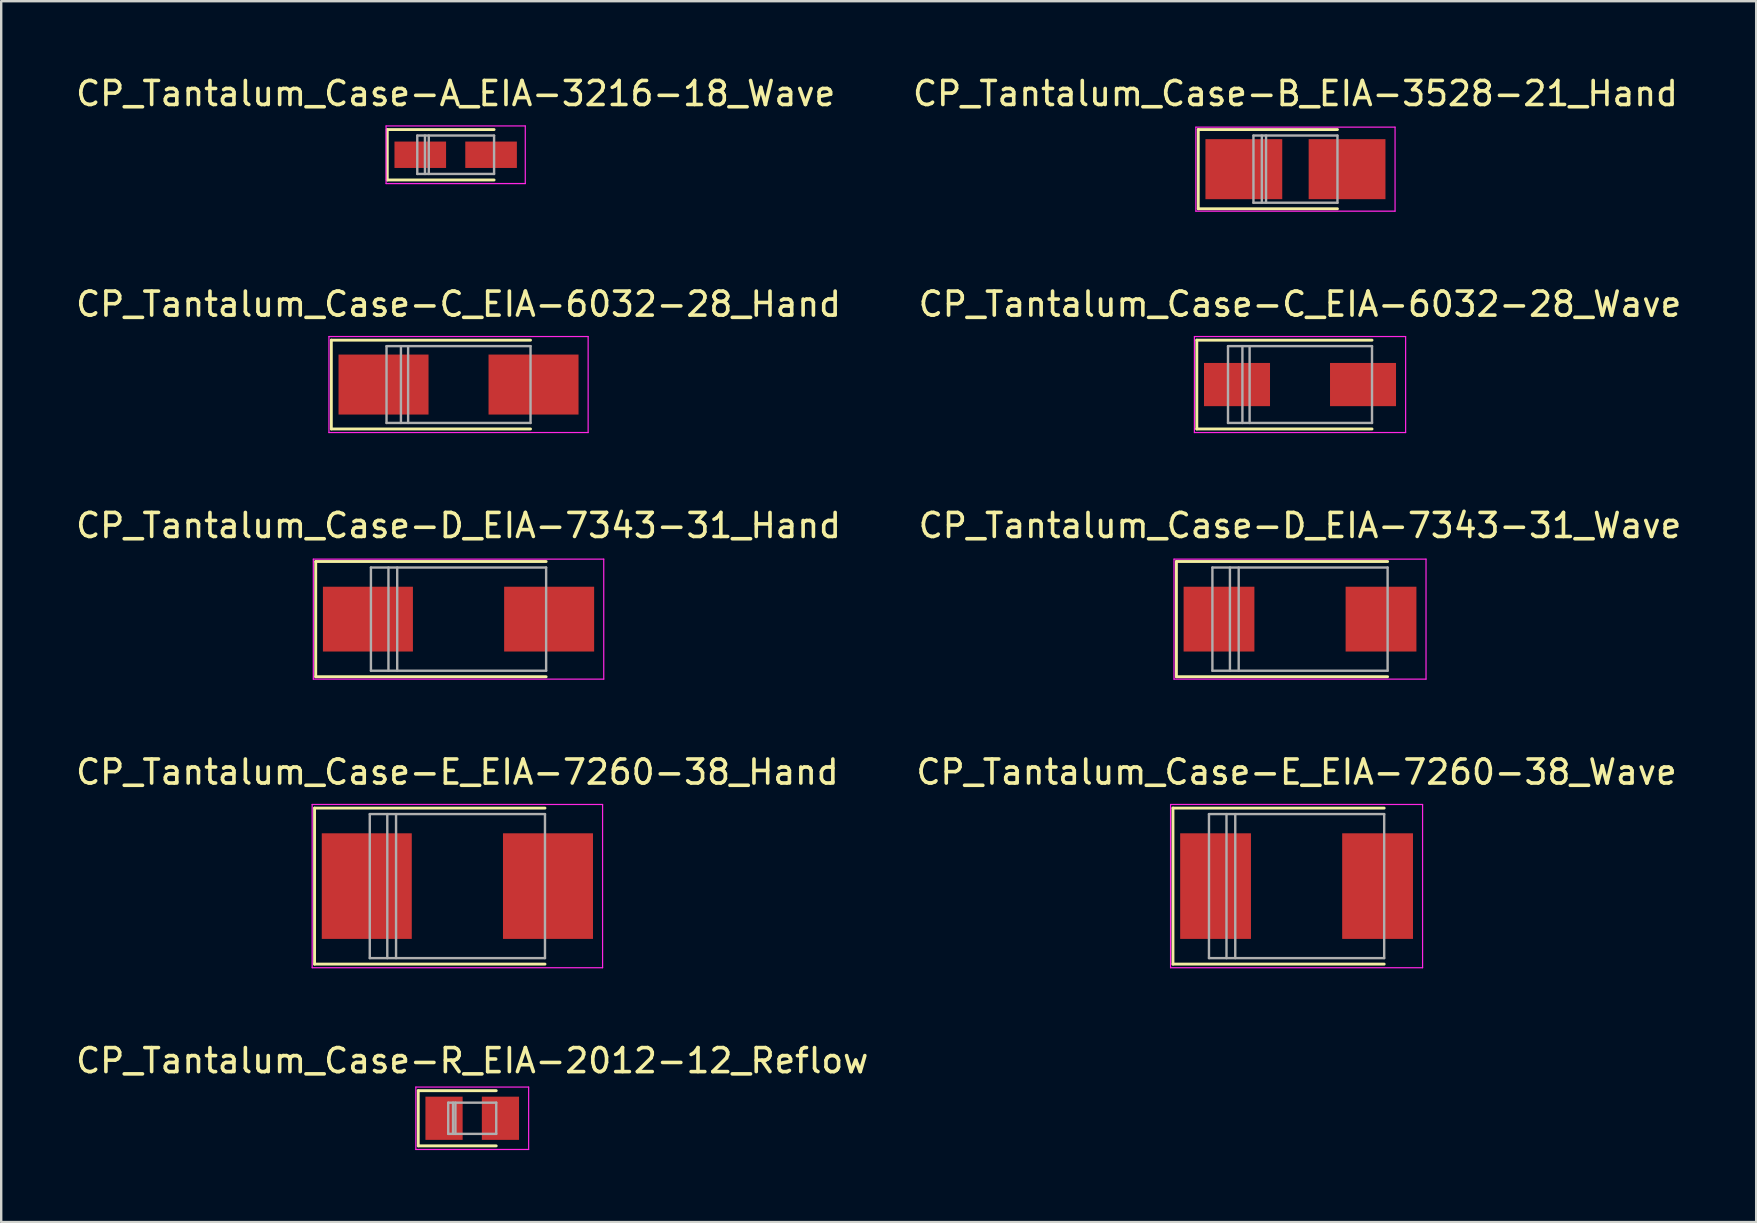
<source format=kicad_pcb>
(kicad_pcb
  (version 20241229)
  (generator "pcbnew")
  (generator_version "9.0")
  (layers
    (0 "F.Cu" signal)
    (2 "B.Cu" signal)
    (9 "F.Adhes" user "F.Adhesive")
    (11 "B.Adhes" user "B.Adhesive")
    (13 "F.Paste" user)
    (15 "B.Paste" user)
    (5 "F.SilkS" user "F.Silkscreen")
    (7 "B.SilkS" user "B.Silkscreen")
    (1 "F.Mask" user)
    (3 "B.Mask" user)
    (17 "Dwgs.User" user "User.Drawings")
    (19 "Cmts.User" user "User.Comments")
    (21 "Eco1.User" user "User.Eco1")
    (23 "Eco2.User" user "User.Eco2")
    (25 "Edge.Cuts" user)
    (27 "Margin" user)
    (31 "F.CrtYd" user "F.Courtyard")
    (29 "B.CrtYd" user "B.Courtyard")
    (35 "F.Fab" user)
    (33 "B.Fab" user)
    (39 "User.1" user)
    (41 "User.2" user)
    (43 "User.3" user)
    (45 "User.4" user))
  (footprint "CP_Tantalum_Case-R_EIA-2012-12_Reflow"
    (layer "F.Cu")
    (at 16.625 43.541)
    (property "Reference" "CP_Tantalum_Case-R_EIA-2012-12_Reflow" (at 0 -2.4 0) (layer "F.SilkS") (effects (font (size 1 1) (thickness 0.15))))
    (attr smd)
    (fp_line (start -2.25 -1.15) (end -2.25 1.15) (stroke (width 0.12) (type solid)) (layer "F.SilkS"))
    (fp_line (start -2.25 -1.15) (end 1 -1.15) (stroke (width 0.12) (type solid)) (layer "F.SilkS"))
    (fp_line (start -2.25 1.15) (end 1 1.15) (stroke (width 0.12) (type solid)) (layer "F.SilkS"))
    (fp_line (start -2.35 -1.3) (end -2.35 1.3) (stroke (width 0.05) (type solid)) (layer "F.CrtYd"))
    (fp_line (start -2.35 1.3) (end 2.35 1.3) (stroke (width 0.05) (type solid)) (layer "F.CrtYd"))
    (fp_line (start 2.35 -1.3) (end -2.35 -1.3) (stroke (width 0.05) (type solid)) (layer "F.CrtYd"))
    (fp_line (start 2.35 1.3) (end 2.35 -1.3) (stroke (width 0.05) (type solid)) (layer "F.CrtYd"))
    (fp_line (start -1 -0.65) (end -1 0.65) (stroke (width 0.1) (type solid)) (layer "F.Fab"))
    (fp_line (start -1 0.65) (end 1 0.65) (stroke (width 0.1) (type solid)) (layer "F.Fab"))
    (fp_line (start -0.8 -0.65) (end -0.8 0.65) (stroke (width 0.1) (type solid)) (layer "F.Fab"))
    (fp_line (start -0.7 -0.65) (end -0.7 0.65) (stroke (width 0.1) (type solid)) (layer "F.Fab"))
    (fp_line (start 1 -0.65) (end -1 -0.65) (stroke (width 0.1) (type solid)) (layer "F.Fab"))
    (fp_line (start 1 0.65) (end 1 -0.65) (stroke (width 0.1) (type solid)) (layer "F.Fab"))
    (pad "1" smd rect (at -1.175 0) (size 1.55 1.8) (layers "F.Cu" "F.Mask" "F.Paste"))
    (pad "2" smd rect (at 1.175 0) (size 1.55 1.8) (layers "F.Cu" "F.Mask" "F.Paste")))
  (footprint "CP_Tantalum_Case-D_EIA-7343-31_Wave"
    (layer "F.Cu")
    (at 51.113 22.745)
    (property "Reference" "CP_Tantalum_Case-D_EIA-7343-31_Wave" (at 0 -3.9 0) (layer "F.SilkS") (effects (font (size 1 1) (thickness 0.15))))
    (attr smd)
    (fp_line (start -5.15 -2.4) (end -5.15 2.4) (stroke (width 0.12) (type solid)) (layer "F.SilkS"))
    (fp_line (start -5.15 -2.4) (end 3.65 -2.4) (stroke (width 0.12) (type solid)) (layer "F.SilkS"))
    (fp_line (start -5.15 2.4) (end 3.65 2.4) (stroke (width 0.12) (type solid)) (layer "F.SilkS"))
    (fp_line (start -5.25 -2.5) (end -5.25 2.5) (stroke (width 0.05) (type solid)) (layer "F.CrtYd"))
    (fp_line (start -5.25 2.5) (end 5.25 2.5) (stroke (width 0.05) (type solid)) (layer "F.CrtYd"))
    (fp_line (start 5.25 -2.5) (end -5.25 -2.5) (stroke (width 0.05) (type solid)) (layer "F.CrtYd"))
    (fp_line (start 5.25 2.5) (end 5.25 -2.5) (stroke (width 0.05) (type solid)) (layer "F.CrtYd"))
    (fp_line (start -3.65 -2.15) (end -3.65 2.15) (stroke (width 0.1) (type solid)) (layer "F.Fab"))
    (fp_line (start -3.65 2.15) (end 3.65 2.15) (stroke (width 0.1) (type solid)) (layer "F.Fab"))
    (fp_line (start -2.92 -2.15) (end -2.92 2.15) (stroke (width 0.1) (type solid)) (layer "F.Fab"))
    (fp_line (start -2.555 -2.15) (end -2.555 2.15) (stroke (width 0.1) (type solid)) (layer "F.Fab"))
    (fp_line (start 3.65 -2.15) (end -3.65 -2.15) (stroke (width 0.1) (type solid)) (layer "F.Fab"))
    (fp_line (start 3.65 2.15) (end 3.65 -2.15) (stroke (width 0.1) (type solid)) (layer "F.Fab"))
    (pad "1" smd rect (at -3.375 0) (size 2.95 2.7) (layers "F.Cu" "F.Mask" "F.Paste"))
    (pad "2" smd rect (at 3.375 0) (size 2.95 2.7) (layers "F.Cu" "F.Mask" "F.Paste")))
  (footprint "CP_Tantalum_Case-E_EIA-7260-38_Hand"
    (layer "F.Cu")
    (at 16.006 33.868)
    (property "Reference" "CP_Tantalum_Case-E_EIA-7260-38_Hand" (at 0 -4.75 0) (layer "F.SilkS") (effects (font (size 1 1) (thickness 0.15))))
    (attr smd)
    (fp_line (start -5.95 -3.25) (end -5.95 3.25) (stroke (width 0.12) (type solid)) (layer "F.SilkS"))
    (fp_line (start -5.95 -3.25) (end 3.65 -3.25) (stroke (width 0.12) (type solid)) (layer "F.SilkS"))
    (fp_line (start -5.95 3.25) (end 3.65 3.25) (stroke (width 0.12) (type solid)) (layer "F.SilkS"))
    (fp_line (start -6.05 -3.4) (end -6.05 3.4) (stroke (width 0.05) (type solid)) (layer "F.CrtYd"))
    (fp_line (start -6.05 3.4) (end 6.05 3.4) (stroke (width 0.05) (type solid)) (layer "F.CrtYd"))
    (fp_line (start 6.05 -3.4) (end -6.05 -3.4) (stroke (width 0.05) (type solid)) (layer "F.CrtYd"))
    (fp_line (start 6.05 3.4) (end 6.05 -3.4) (stroke (width 0.05) (type solid)) (layer "F.CrtYd"))
    (fp_line (start -3.65 -3) (end -3.65 3) (stroke (width 0.1) (type solid)) (layer "F.Fab"))
    (fp_line (start -3.65 3) (end 3.65 3) (stroke (width 0.1) (type solid)) (layer "F.Fab"))
    (fp_line (start -2.92 -3) (end -2.92 3) (stroke (width 0.1) (type solid)) (layer "F.Fab"))
    (fp_line (start -2.555 -3) (end -2.555 3) (stroke (width 0.1) (type solid)) (layer "F.Fab"))
    (fp_line (start 3.65 -3) (end -3.65 -3) (stroke (width 0.1) (type solid)) (layer "F.Fab"))
    (fp_line (start 3.65 3) (end 3.65 -3) (stroke (width 0.1) (type solid)) (layer "F.Fab"))
    (pad "1" smd rect (at -3.775 0) (size 3.75 4.4) (layers "F.Cu" "F.Mask" "F.Paste"))
    (pad "2" smd rect (at 3.775 0) (size 3.75 4.4) (layers "F.Cu" "F.Mask" "F.Paste")))
  (footprint "CP_Tantalum_Case-E_EIA-7260-38_Wave"
    (layer "F.Cu")
    (at 50.97 33.868)
    (property "Reference" "CP_Tantalum_Case-E_EIA-7260-38_Wave" (at 0 -4.75 0) (layer "F.SilkS") (effects (font (size 1 1) (thickness 0.15))))
    (attr smd)
    (fp_line (start -5.15 -3.25) (end -5.15 3.25) (stroke (width 0.12) (type solid)) (layer "F.SilkS"))
    (fp_line (start -5.15 -3.25) (end 3.65 -3.25) (stroke (width 0.12) (type solid)) (layer "F.SilkS"))
    (fp_line (start -5.15 3.25) (end 3.65 3.25) (stroke (width 0.12) (type solid)) (layer "F.SilkS"))
    (fp_line (start -5.25 -3.4) (end -5.25 3.4) (stroke (width 0.05) (type solid)) (layer "F.CrtYd"))
    (fp_line (start -5.25 3.4) (end 5.25 3.4) (stroke (width 0.05) (type solid)) (layer "F.CrtYd"))
    (fp_line (start 5.25 -3.4) (end -5.25 -3.4) (stroke (width 0.05) (type solid)) (layer "F.CrtYd"))
    (fp_line (start 5.25 3.4) (end 5.25 -3.4) (stroke (width 0.05) (type solid)) (layer "F.CrtYd"))
    (fp_line (start -3.65 -3) (end -3.65 3) (stroke (width 0.1) (type solid)) (layer "F.Fab"))
    (fp_line (start -3.65 3) (end 3.65 3) (stroke (width 0.1) (type solid)) (layer "F.Fab"))
    (fp_line (start -2.92 -3) (end -2.92 3) (stroke (width 0.1) (type solid)) (layer "F.Fab"))
    (fp_line (start -2.555 -3) (end -2.555 3) (stroke (width 0.1) (type solid)) (layer "F.Fab"))
    (fp_line (start 3.65 -3) (end -3.65 -3) (stroke (width 0.1) (type solid)) (layer "F.Fab"))
    (fp_line (start 3.65 3) (end 3.65 -3) (stroke (width 0.1) (type solid)) (layer "F.Fab"))
    (pad "1" smd rect (at -3.375 0) (size 2.95 4.4) (layers "F.Cu" "F.Mask" "F.Paste"))
    (pad "2" smd rect (at 3.375 0) (size 2.95 4.4) (layers "F.Cu" "F.Mask" "F.Paste")))
  (footprint "CP_Tantalum_Case-C_EIA-6032-28_Wave"
    (layer "F.Cu")
    (at 51.113 12.972)
    (property "Reference" "CP_Tantalum_Case-C_EIA-6032-28_Wave" (at 0 -3.35 0) (layer "F.SilkS") (effects (font (size 1 1) (thickness 0.15))))
    (attr smd)
    (fp_line (start -4.3 -1.85) (end -4.3 1.85) (stroke (width 0.12) (type solid)) (layer "F.SilkS"))
    (fp_line (start -4.3 -1.85) (end 3 -1.85) (stroke (width 0.12) (type solid)) (layer "F.SilkS"))
    (fp_line (start -4.3 1.85) (end 3 1.85) (stroke (width 0.12) (type solid)) (layer "F.SilkS"))
    (fp_line (start -4.4 -2) (end -4.4 2) (stroke (width 0.05) (type solid)) (layer "F.CrtYd"))
    (fp_line (start -4.4 2) (end 4.4 2) (stroke (width 0.05) (type solid)) (layer "F.CrtYd"))
    (fp_line (start 4.4 -2) (end -4.4 -2) (stroke (width 0.05) (type solid)) (layer "F.CrtYd"))
    (fp_line (start 4.4 2) (end 4.4 -2) (stroke (width 0.05) (type solid)) (layer "F.CrtYd"))
    (fp_line (start -3 -1.6) (end -3 1.6) (stroke (width 0.1) (type solid)) (layer "F.Fab"))
    (fp_line (start -3 1.6) (end 3 1.6) (stroke (width 0.1) (type solid)) (layer "F.Fab"))
    (fp_line (start -2.4 -1.6) (end -2.4 1.6) (stroke (width 0.1) (type solid)) (layer "F.Fab"))
    (fp_line (start -2.1 -1.6) (end -2.1 1.6) (stroke (width 0.1) (type solid)) (layer "F.Fab"))
    (fp_line (start 3 -1.6) (end -3 -1.6) (stroke (width 0.1) (type solid)) (layer "F.Fab"))
    (fp_line (start 3 1.6) (end 3 -1.6) (stroke (width 0.1) (type solid)) (layer "F.Fab"))
    (pad "1" smd rect (at -2.625 0) (size 2.75 1.8) (layers "F.Cu" "F.Mask" "F.Paste"))
    (pad "2" smd rect (at 2.625 0) (size 2.75 1.8) (layers "F.Cu" "F.Mask" "F.Paste")))
  (footprint "CP_Tantalum_Case-B_EIA-3528-21_Hand"
    (layer "F.Cu")
    (at 50.923 3.998)
    (property "Reference" "CP_Tantalum_Case-B_EIA-3528-21_Hand" (at 0 -3.15 0) (layer "F.SilkS") (effects (font (size 1 1) (thickness 0.15))))
    (attr smd)
    (fp_line (start -4.05 -1.65) (end -4.05 1.65) (stroke (width 0.12) (type solid)) (layer "F.SilkS"))
    (fp_line (start -4.05 -1.65) (end 1.75 -1.65) (stroke (width 0.12) (type solid)) (layer "F.SilkS"))
    (fp_line (start -4.05 1.65) (end 1.75 1.65) (stroke (width 0.12) (type solid)) (layer "F.SilkS"))
    (fp_line (start -4.15 -1.75) (end -4.15 1.75) (stroke (width 0.05) (type solid)) (layer "F.CrtYd"))
    (fp_line (start -4.15 1.75) (end 4.15 1.75) (stroke (width 0.05) (type solid)) (layer "F.CrtYd"))
    (fp_line (start 4.15 -1.75) (end -4.15 -1.75) (stroke (width 0.05) (type solid)) (layer "F.CrtYd"))
    (fp_line (start 4.15 1.75) (end 4.15 -1.75) (stroke (width 0.05) (type solid)) (layer "F.CrtYd"))
    (fp_line (start -1.75 -1.4) (end -1.75 1.4) (stroke (width 0.1) (type solid)) (layer "F.Fab"))
    (fp_line (start -1.75 1.4) (end 1.75 1.4) (stroke (width 0.1) (type solid)) (layer "F.Fab"))
    (fp_line (start -1.4 -1.4) (end -1.4 1.4) (stroke (width 0.1) (type solid)) (layer "F.Fab"))
    (fp_line (start -1.225 -1.4) (end -1.225 1.4) (stroke (width 0.1) (type solid)) (layer "F.Fab"))
    (fp_line (start 1.75 -1.4) (end -1.75 -1.4) (stroke (width 0.1) (type solid)) (layer "F.Fab"))
    (fp_line (start 1.75 1.4) (end 1.75 -1.4) (stroke (width 0.1) (type solid)) (layer "F.Fab"))
    (pad "1" smd rect (at -2.15 0) (size 3.2 2.5) (layers "F.Cu" "F.Mask" "F.Paste"))
    (pad "2" smd rect (at 2.15 0) (size 3.2 2.5) (layers "F.Cu" "F.Mask" "F.Paste")))
  (footprint "CP_Tantalum_Case-D_EIA-7343-31_Hand"
    (layer "F.Cu")
    (at 16.054 22.745)
    (property "Reference" "CP_Tantalum_Case-D_EIA-7343-31_Hand" (at 0 -3.9 0) (layer "F.SilkS") (effects (font (size 1 1) (thickness 0.15))))
    (attr smd)
    (fp_line (start -5.95 -2.4) (end -5.95 2.4) (stroke (width 0.12) (type solid)) (layer "F.SilkS"))
    (fp_line (start -5.95 -2.4) (end 3.65 -2.4) (stroke (width 0.12) (type solid)) (layer "F.SilkS"))
    (fp_line (start -5.95 2.4) (end 3.65 2.4) (stroke (width 0.12) (type solid)) (layer "F.SilkS"))
    (fp_line (start -6.05 -2.5) (end -6.05 2.5) (stroke (width 0.05) (type solid)) (layer "F.CrtYd"))
    (fp_line (start -6.05 2.5) (end 6.05 2.5) (stroke (width 0.05) (type solid)) (layer "F.CrtYd"))
    (fp_line (start 6.05 -2.5) (end -6.05 -2.5) (stroke (width 0.05) (type solid)) (layer "F.CrtYd"))
    (fp_line (start 6.05 2.5) (end 6.05 -2.5) (stroke (width 0.05) (type solid)) (layer "F.CrtYd"))
    (fp_line (start -3.65 -2.15) (end -3.65 2.15) (stroke (width 0.1) (type solid)) (layer "F.Fab"))
    (fp_line (start -3.65 2.15) (end 3.65 2.15) (stroke (width 0.1) (type solid)) (layer "F.Fab"))
    (fp_line (start -2.92 -2.15) (end -2.92 2.15) (stroke (width 0.1) (type solid)) (layer "F.Fab"))
    (fp_line (start -2.555 -2.15) (end -2.555 2.15) (stroke (width 0.1) (type solid)) (layer "F.Fab"))
    (fp_line (start 3.65 -2.15) (end -3.65 -2.15) (stroke (width 0.1) (type solid)) (layer "F.Fab"))
    (fp_line (start 3.65 2.15) (end 3.65 -2.15) (stroke (width 0.1) (type solid)) (layer "F.Fab"))
    (pad "1" smd rect (at -3.775 0) (size 3.75 2.7) (layers "F.Cu" "F.Mask" "F.Paste"))
    (pad "2" smd rect (at 3.775 0) (size 3.75 2.7) (layers "F.Cu" "F.Mask" "F.Paste")))
  (footprint "CP_Tantalum_Case-A_EIA-3216-18_Wave"
    (layer "F.Cu")
    (at 15.935 3.398)
    (property "Reference" "CP_Tantalum_Case-A_EIA-3216-18_Wave" (at 0 -2.55 0) (layer "F.SilkS") (effects (font (size 1 1) (thickness 0.15))))
    (attr smd)
    (fp_line (start -2.85 -1.05) (end -2.85 1.05) (stroke (width 0.12) (type solid)) (layer "F.SilkS"))
    (fp_line (start -2.85 -1.05) (end 1.6 -1.05) (stroke (width 0.12) (type solid)) (layer "F.SilkS"))
    (fp_line (start -2.85 1.05) (end 1.6 1.05) (stroke (width 0.12) (type solid)) (layer "F.SilkS"))
    (fp_line (start -2.9 -1.2) (end -2.9 1.2) (stroke (width 0.05) (type solid)) (layer "F.CrtYd"))
    (fp_line (start -2.9 1.2) (end 2.9 1.2) (stroke (width 0.05) (type solid)) (layer "F.CrtYd"))
    (fp_line (start 2.9 -1.2) (end -2.9 -1.2) (stroke (width 0.05) (type solid)) (layer "F.CrtYd"))
    (fp_line (start 2.9 1.2) (end 2.9 -1.2) (stroke (width 0.05) (type solid)) (layer "F.CrtYd"))
    (fp_line (start -1.6 -0.8) (end -1.6 0.8) (stroke (width 0.1) (type solid)) (layer "F.Fab"))
    (fp_line (start -1.6 0.8) (end 1.6 0.8) (stroke (width 0.1) (type solid)) (layer "F.Fab"))
    (fp_line (start -1.28 -0.8) (end -1.28 0.8) (stroke (width 0.1) (type solid)) (layer "F.Fab"))
    (fp_line (start -1.12 -0.8) (end -1.12 0.8) (stroke (width 0.1) (type solid)) (layer "F.Fab"))
    (fp_line (start 1.6 -0.8) (end -1.6 -0.8) (stroke (width 0.1) (type solid)) (layer "F.Fab"))
    (fp_line (start 1.6 0.8) (end 1.6 -0.8) (stroke (width 0.1) (type solid)) (layer "F.Fab"))
    (pad "1" smd rect (at -1.475 0) (size 2.15 1.1) (layers "F.Cu" "F.Mask" "F.Paste"))
    (pad "2" smd rect (at 1.475 0) (size 2.15 1.1) (layers "F.Cu" "F.Mask" "F.Paste")))
  (footprint "CP_Tantalum_Case-C_EIA-6032-28_Hand"
    (layer "F.Cu")
    (at 16.054 12.972)
    (property "Reference" "CP_Tantalum_Case-C_EIA-6032-28_Hand" (at 0 -3.35 0) (layer "F.SilkS") (effects (font (size 1 1) (thickness 0.15))))
    (attr smd)
    (fp_line (start -5.3 -1.85) (end -5.3 1.85) (stroke (width 0.12) (type solid)) (layer "F.SilkS"))
    (fp_line (start -5.3 -1.85) (end 3 -1.85) (stroke (width 0.12) (type solid)) (layer "F.SilkS"))
    (fp_line (start -5.3 1.85) (end 3 1.85) (stroke (width 0.12) (type solid)) (layer "F.SilkS"))
    (fp_line (start -5.4 -2) (end -5.4 2) (stroke (width 0.05) (type solid)) (layer "F.CrtYd"))
    (fp_line (start -5.4 2) (end 5.4 2) (stroke (width 0.05) (type solid)) (layer "F.CrtYd"))
    (fp_line (start 5.4 -2) (end -5.4 -2) (stroke (width 0.05) (type solid)) (layer "F.CrtYd"))
    (fp_line (start 5.4 2) (end 5.4 -2) (stroke (width 0.05) (type solid)) (layer "F.CrtYd"))
    (fp_line (start -3 -1.6) (end -3 1.6) (stroke (width 0.1) (type solid)) (layer "F.Fab"))
    (fp_line (start -3 1.6) (end 3 1.6) (stroke (width 0.1) (type solid)) (layer "F.Fab"))
    (fp_line (start -2.4 -1.6) (end -2.4 1.6) (stroke (width 0.1) (type solid)) (layer "F.Fab"))
    (fp_line (start -2.1 -1.6) (end -2.1 1.6) (stroke (width 0.1) (type solid)) (layer "F.Fab"))
    (fp_line (start 3 -1.6) (end -3 -1.6) (stroke (width 0.1) (type solid)) (layer "F.Fab"))
    (fp_line (start 3 1.6) (end 3 -1.6) (stroke (width 0.1) (type solid)) (layer "F.Fab"))
    (pad "1" smd rect (at -3.125 0) (size 3.75 2.5) (layers "F.Cu" "F.Mask" "F.Paste"))
    (pad "2" smd rect (at 3.125 0) (size 3.75 2.5) (layers "F.Cu" "F.Mask" "F.Paste")))
  (gr_rect
    (start -3 -3)
    (end 70.119 47.866)
    (stroke (width 0.1) (type default))
    (fill no)
    (layer "Edge.Cuts")))
</source>
